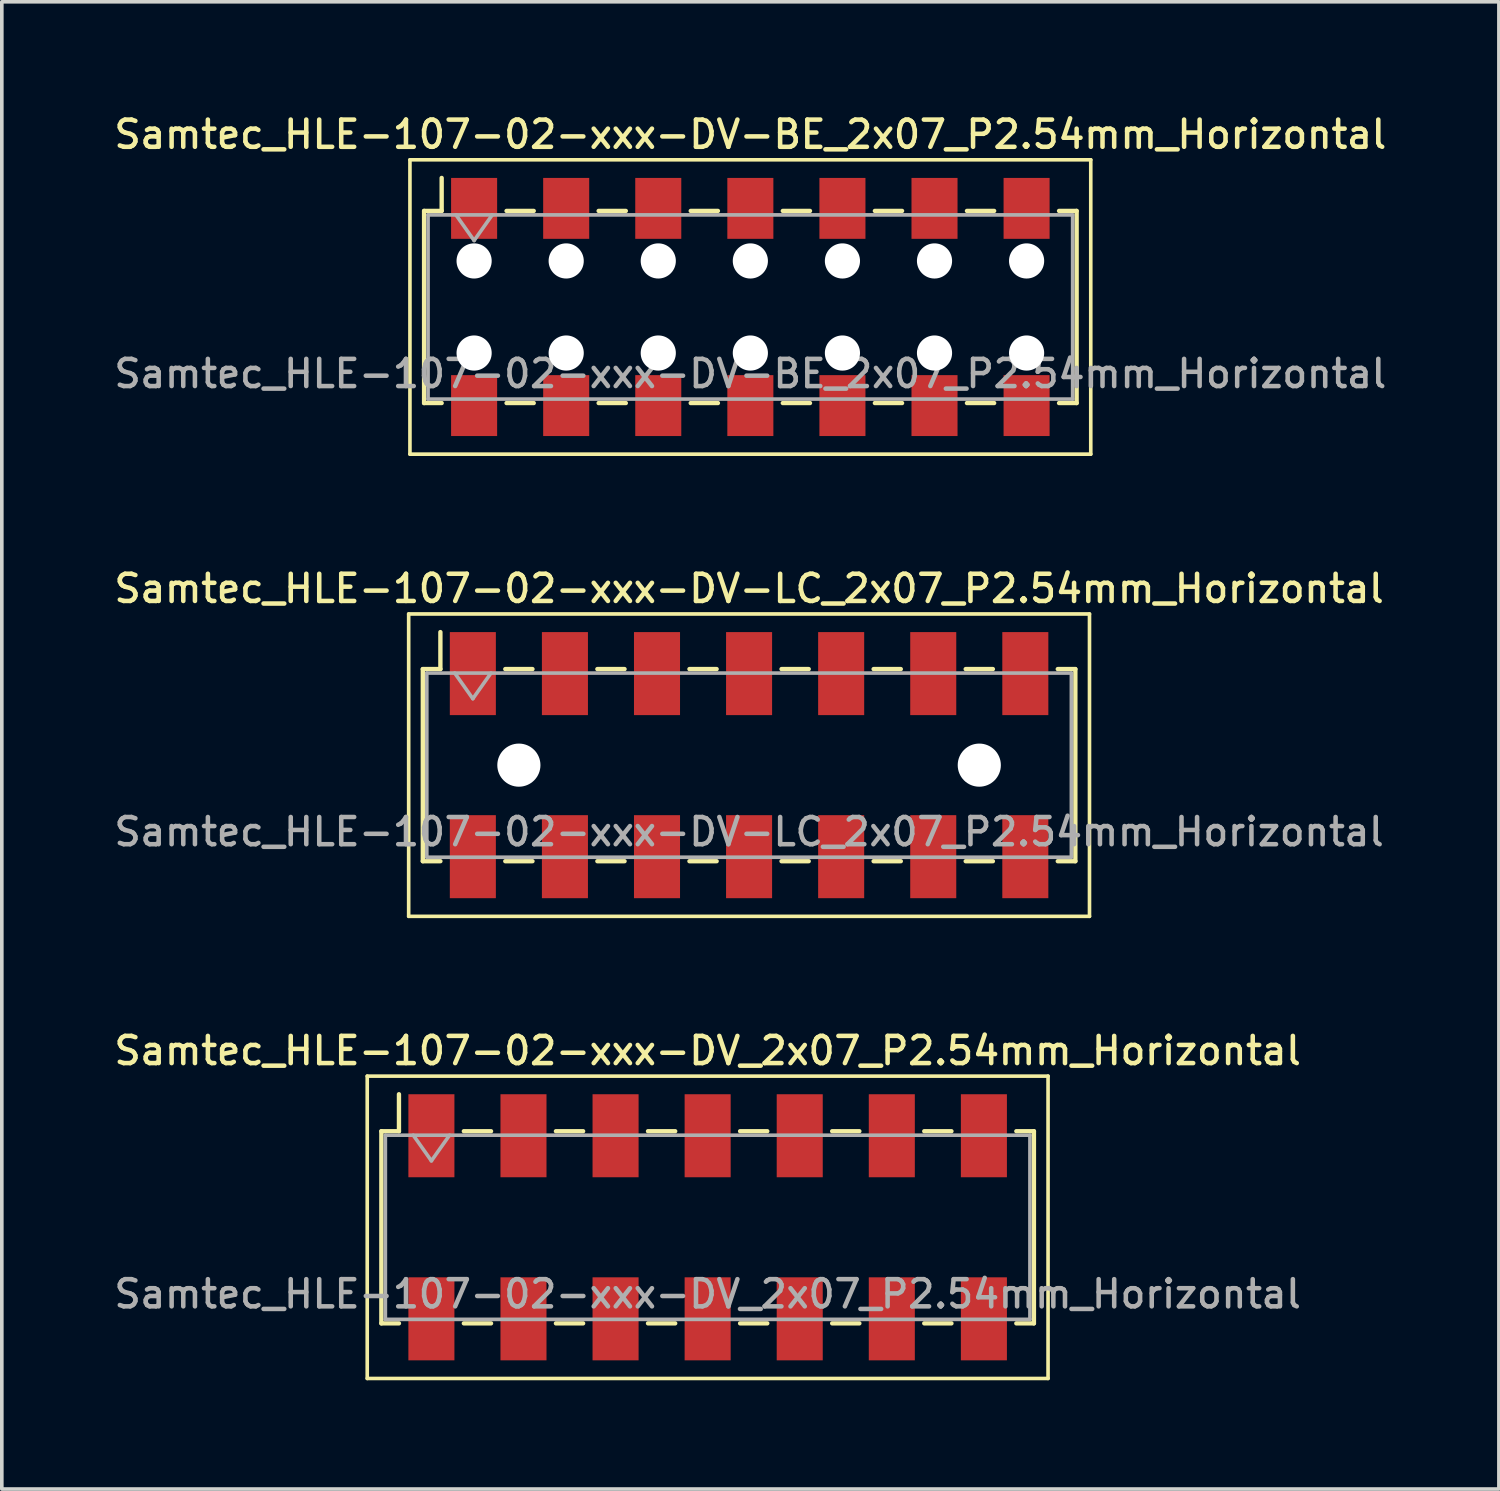
<source format=kicad_pcb>
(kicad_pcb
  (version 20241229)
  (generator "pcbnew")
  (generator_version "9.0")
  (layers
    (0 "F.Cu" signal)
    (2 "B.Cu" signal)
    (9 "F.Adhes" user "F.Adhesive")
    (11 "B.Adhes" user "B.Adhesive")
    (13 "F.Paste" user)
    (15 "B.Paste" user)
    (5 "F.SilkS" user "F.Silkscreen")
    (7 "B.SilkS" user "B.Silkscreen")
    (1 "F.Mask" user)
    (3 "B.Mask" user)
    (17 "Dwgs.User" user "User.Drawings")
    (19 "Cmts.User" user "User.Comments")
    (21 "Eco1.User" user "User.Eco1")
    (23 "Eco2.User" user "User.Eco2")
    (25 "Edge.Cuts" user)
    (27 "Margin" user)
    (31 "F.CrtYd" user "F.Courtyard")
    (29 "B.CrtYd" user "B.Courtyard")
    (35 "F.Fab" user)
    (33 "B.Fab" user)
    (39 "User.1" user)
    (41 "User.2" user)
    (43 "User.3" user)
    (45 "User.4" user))
  (footprint "Samtec_HLE-107-02-xxx-DV_2x07_P2.54mm_Horizontal"
    (layer "F.Cu")
    (at 16.47 30.804)
    (property "Reference" "Samtec_HLE-107-02-xxx-DV_2x07_P2.54mm_Horizontal" (at 0 -4.87 0) (layer "F.SilkS") (effects (font (size 0.75 0.75) (thickness 0.125))))
    (attr smd)
    (fp_line (start -9.39 -4.17) (end 9.39 -4.17) (stroke (width 0.1) (type solid)) (layer "F.SilkS"))
    (fp_line (start -9.39 4.17) (end -9.39 -4.17) (stroke (width 0.1) (type solid)) (layer "F.SilkS"))
    (fp_line (start -9 -2.65) (end -9 2.65) (stroke (width 0.12) (type solid)) (layer "F.SilkS"))
    (fp_line (start -9 2.65) (end -8.515 2.65) (stroke (width 0.12) (type solid)) (layer "F.SilkS"))
    (fp_line (start -8.515 -3.67) (end -8.515 -2.65) (stroke (width 0.12) (type solid)) (layer "F.SilkS"))
    (fp_line (start -8.515 -2.65) (end -9 -2.65) (stroke (width 0.12) (type solid)) (layer "F.SilkS"))
    (fp_line (start -6.725 -2.65) (end -5.975 -2.65) (stroke (width 0.12) (type solid)) (layer "F.SilkS"))
    (fp_line (start -6.725 2.65) (end -5.975 2.65) (stroke (width 0.12) (type solid)) (layer "F.SilkS"))
    (fp_line (start -4.185 -2.65) (end -3.435 -2.65) (stroke (width 0.12) (type solid)) (layer "F.SilkS"))
    (fp_line (start -4.185 2.65) (end -3.435 2.65) (stroke (width 0.12) (type solid)) (layer "F.SilkS"))
    (fp_line (start -1.645 -2.65) (end -0.895 -2.65) (stroke (width 0.12) (type solid)) (layer "F.SilkS"))
    (fp_line (start -1.645 2.65) (end -0.895 2.65) (stroke (width 0.12) (type solid)) (layer "F.SilkS"))
    (fp_line (start 0.895 -2.65) (end 1.645 -2.65) (stroke (width 0.12) (type solid)) (layer "F.SilkS"))
    (fp_line (start 0.895 2.65) (end 1.645 2.65) (stroke (width 0.12) (type solid)) (layer "F.SilkS"))
    (fp_line (start 3.435 -2.65) (end 4.185 -2.65) (stroke (width 0.12) (type solid)) (layer "F.SilkS"))
    (fp_line (start 3.435 2.65) (end 4.185 2.65) (stroke (width 0.12) (type solid)) (layer "F.SilkS"))
    (fp_line (start 5.975 -2.65) (end 6.725 -2.65) (stroke (width 0.12) (type solid)) (layer "F.SilkS"))
    (fp_line (start 5.975 2.65) (end 6.725 2.65) (stroke (width 0.12) (type solid)) (layer "F.SilkS"))
    (fp_line (start 8.515 -2.65) (end 9 -2.65) (stroke (width 0.12) (type solid)) (layer "F.SilkS"))
    (fp_line (start 9 -2.65) (end 9 2.65) (stroke (width 0.12) (type solid)) (layer "F.SilkS"))
    (fp_line (start 9 2.65) (end 8.515 2.65) (stroke (width 0.12) (type solid)) (layer "F.SilkS"))
    (fp_line (start 9.39 -4.17) (end 9.39 4.17) (stroke (width 0.1) (type solid)) (layer "F.SilkS"))
    (fp_line (start 9.39 4.17) (end -9.39 4.17) (stroke (width 0.1) (type solid)) (layer "F.SilkS"))
    (fp_line (start -8.89 -2.54) (end 8.89 -2.54) (stroke (width 0.1) (type solid)) (layer "F.Fab"))
    (fp_line (start -8.89 2.54) (end -8.89 -2.54) (stroke (width 0.1) (type solid)) (layer "F.Fab"))
    (fp_line (start -8.12 -2.54) (end -7.62 -1.833) (stroke (width 0.1) (type solid)) (layer "F.Fab"))
    (fp_line (start -7.62 -1.833) (end -7.12 -2.54) (stroke (width 0.1) (type solid)) (layer "F.Fab"))
    (fp_line (start 8.89 -2.54) (end 8.89 2.54) (stroke (width 0.1) (type solid)) (layer "F.Fab"))
    (fp_line (start 8.89 2.54) (end -8.89 2.54) (stroke (width 0.1) (type solid)) (layer "F.Fab"))
    (fp_text user "${REFERENCE}" (at 0 1.84 0) (layer "F.Fab") (effects (font (size 0.75 0.75) (thickness 0.125))))
    (pad "1" smd rect (at -7.62 -2.525) (size 1.27 2.29) (layers "F.Cu" "F.Mask" "F.Paste"))
    (pad "2" smd rect (at -7.62 2.525) (size 1.27 2.29) (layers "F.Cu" "F.Mask" "F.Paste"))
    (pad "3" smd rect (at -5.08 -2.525) (size 1.27 2.29) (layers "F.Cu" "F.Mask" "F.Paste"))
    (pad "4" smd rect (at -5.08 2.525) (size 1.27 2.29) (layers "F.Cu" "F.Mask" "F.Paste"))
    (pad "5" smd rect (at -2.54 -2.525) (size 1.27 2.29) (layers "F.Cu" "F.Mask" "F.Paste"))
    (pad "6" smd rect (at -2.54 2.525) (size 1.27 2.29) (layers "F.Cu" "F.Mask" "F.Paste"))
    (pad "7" smd rect (at 0 -2.525) (size 1.27 2.29) (layers "F.Cu" "F.Mask" "F.Paste"))
    (pad "8" smd rect (at 0 2.525) (size 1.27 2.29) (layers "F.Cu" "F.Mask" "F.Paste"))
    (pad "9" smd rect (at 2.54 -2.525) (size 1.27 2.29) (layers "F.Cu" "F.Mask" "F.Paste"))
    (pad "10" smd rect (at 2.54 2.525) (size 1.27 2.29) (layers "F.Cu" "F.Mask" "F.Paste"))
    (pad "11" smd rect (at 5.08 -2.525) (size 1.27 2.29) (layers "F.Cu" "F.Mask" "F.Paste"))
    (pad "12" smd rect (at 5.08 2.525) (size 1.27 2.29) (layers "F.Cu" "F.Mask" "F.Paste"))
    (pad "13" smd rect (at 7.62 -2.525) (size 1.27 2.29) (layers "F.Cu" "F.Mask" "F.Paste"))
    (pad "14" smd rect (at 7.62 2.525) (size 1.27 2.29) (layers "F.Cu" "F.Mask" "F.Paste")))
  (footprint "Samtec_HLE-107-02-xxx-DV-BE_2x07_P2.54mm_Horizontal"
    (layer "F.Cu")
    (at 17.648 5.418)
    (property "Reference" "Samtec_HLE-107-02-xxx-DV-BE_2x07_P2.54mm_Horizontal" (at 0 -4.76 0) (layer "F.SilkS") (effects (font (size 0.75 0.75) (thickness 0.125))))
    (attr smd)
    (fp_line (start -9.39 -4.06) (end 9.39 -4.06) (stroke (width 0.1) (type solid)) (layer "F.SilkS"))
    (fp_line (start -9.39 4.06) (end -9.39 -4.06) (stroke (width 0.1) (type solid)) (layer "F.SilkS"))
    (fp_line (start -9 -2.65) (end -9 2.65) (stroke (width 0.12) (type solid)) (layer "F.SilkS"))
    (fp_line (start -9 2.65) (end -8.515 2.65) (stroke (width 0.12) (type solid)) (layer "F.SilkS"))
    (fp_line (start -8.515 -3.56) (end -8.515 -2.65) (stroke (width 0.12) (type solid)) (layer "F.SilkS"))
    (fp_line (start -8.515 -2.65) (end -9 -2.65) (stroke (width 0.12) (type solid)) (layer "F.SilkS"))
    (fp_line (start -6.725 -2.65) (end -5.975 -2.65) (stroke (width 0.12) (type solid)) (layer "F.SilkS"))
    (fp_line (start -6.725 2.65) (end -5.975 2.65) (stroke (width 0.12) (type solid)) (layer "F.SilkS"))
    (fp_line (start -4.185 -2.65) (end -3.435 -2.65) (stroke (width 0.12) (type solid)) (layer "F.SilkS"))
    (fp_line (start -4.185 2.65) (end -3.435 2.65) (stroke (width 0.12) (type solid)) (layer "F.SilkS"))
    (fp_line (start -1.645 -2.65) (end -0.895 -2.65) (stroke (width 0.12) (type solid)) (layer "F.SilkS"))
    (fp_line (start -1.645 2.65) (end -0.895 2.65) (stroke (width 0.12) (type solid)) (layer "F.SilkS"))
    (fp_line (start 0.895 -2.65) (end 1.645 -2.65) (stroke (width 0.12) (type solid)) (layer "F.SilkS"))
    (fp_line (start 0.895 2.65) (end 1.645 2.65) (stroke (width 0.12) (type solid)) (layer "F.SilkS"))
    (fp_line (start 3.435 -2.65) (end 4.185 -2.65) (stroke (width 0.12) (type solid)) (layer "F.SilkS"))
    (fp_line (start 3.435 2.65) (end 4.185 2.65) (stroke (width 0.12) (type solid)) (layer "F.SilkS"))
    (fp_line (start 5.975 -2.65) (end 6.725 -2.65) (stroke (width 0.12) (type solid)) (layer "F.SilkS"))
    (fp_line (start 5.975 2.65) (end 6.725 2.65) (stroke (width 0.12) (type solid)) (layer "F.SilkS"))
    (fp_line (start 8.515 -2.65) (end 9 -2.65) (stroke (width 0.12) (type solid)) (layer "F.SilkS"))
    (fp_line (start 9 -2.65) (end 9 2.65) (stroke (width 0.12) (type solid)) (layer "F.SilkS"))
    (fp_line (start 9 2.65) (end 8.515 2.65) (stroke (width 0.12) (type solid)) (layer "F.SilkS"))
    (fp_line (start 9.39 -4.06) (end 9.39 4.06) (stroke (width 0.1) (type solid)) (layer "F.SilkS"))
    (fp_line (start 9.39 4.06) (end -9.39 4.06) (stroke (width 0.1) (type solid)) (layer "F.SilkS"))
    (fp_line (start -8.89 -2.54) (end 8.89 -2.54) (stroke (width 0.1) (type solid)) (layer "F.Fab"))
    (fp_line (start -8.89 2.54) (end -8.89 -2.54) (stroke (width 0.1) (type solid)) (layer "F.Fab"))
    (fp_line (start -8.12 -2.54) (end -7.62 -1.833) (stroke (width 0.1) (type solid)) (layer "F.Fab"))
    (fp_line (start -7.62 -1.833) (end -7.12 -2.54) (stroke (width 0.1) (type solid)) (layer "F.Fab"))
    (fp_line (start 8.89 -2.54) (end 8.89 2.54) (stroke (width 0.1) (type solid)) (layer "F.Fab"))
    (fp_line (start 8.89 2.54) (end -8.89 2.54) (stroke (width 0.1) (type solid)) (layer "F.Fab"))
    (fp_text user "${REFERENCE}" (at 0 1.84 0) (layer "F.Fab") (effects (font (size 0.75 0.75) (thickness 0.125))))
    (pad "" np_thru_hole circle (at -7.62 -1.27) (size 0.97 0.97) (drill 0.97) (layers "*.Cu" "*.Mask"))
    (pad "" np_thru_hole circle (at -7.62 1.27) (size 0.97 0.97) (drill 0.97) (layers "*.Cu" "*.Mask"))
    (pad "" np_thru_hole circle (at -5.08 -1.27) (size 0.97 0.97) (drill 0.97) (layers "*.Cu" "*.Mask"))
    (pad "" np_thru_hole circle (at -5.08 1.27) (size 0.97 0.97) (drill 0.97) (layers "*.Cu" "*.Mask"))
    (pad "" np_thru_hole circle (at -2.54 -1.27) (size 0.97 0.97) (drill 0.97) (layers "*.Cu" "*.Mask"))
    (pad "" np_thru_hole circle (at -2.54 1.27) (size 0.97 0.97) (drill 0.97) (layers "*.Cu" "*.Mask"))
    (pad "" np_thru_hole circle (at 0 -1.27) (size 0.97 0.97) (drill 0.97) (layers "*.Cu" "*.Mask"))
    (pad "" np_thru_hole circle (at 0 1.27) (size 0.97 0.97) (drill 0.97) (layers "*.Cu" "*.Mask"))
    (pad "" np_thru_hole circle (at 2.54 -1.27) (size 0.97 0.97) (drill 0.97) (layers "*.Cu" "*.Mask"))
    (pad "" np_thru_hole circle (at 2.54 1.27) (size 0.97 0.97) (drill 0.97) (layers "*.Cu" "*.Mask"))
    (pad "" np_thru_hole circle (at 5.08 -1.27) (size 0.97 0.97) (drill 0.97) (layers "*.Cu" "*.Mask"))
    (pad "" np_thru_hole circle (at 5.08 1.27) (size 0.97 0.97) (drill 0.97) (layers "*.Cu" "*.Mask"))
    (pad "" np_thru_hole circle (at 7.62 -1.27) (size 0.97 0.97) (drill 0.97) (layers "*.Cu" "*.Mask"))
    (pad "" np_thru_hole circle (at 7.62 1.27) (size 0.97 0.97) (drill 0.97) (layers "*.Cu" "*.Mask"))
    (pad "1" smd rect (at -7.62 -2.72) (size 1.27 1.68) (layers "F.Cu" "F.Mask" "F.Paste"))
    (pad "2" smd rect (at -7.62 2.72) (size 1.27 1.68) (layers "F.Cu" "F.Mask" "F.Paste"))
    (pad "3" smd rect (at -5.08 -2.72) (size 1.27 1.68) (layers "F.Cu" "F.Mask" "F.Paste"))
    (pad "4" smd rect (at -5.08 2.72) (size 1.27 1.68) (layers "F.Cu" "F.Mask" "F.Paste"))
    (pad "5" smd rect (at -2.54 -2.72) (size 1.27 1.68) (layers "F.Cu" "F.Mask" "F.Paste"))
    (pad "6" smd rect (at -2.54 2.72) (size 1.27 1.68) (layers "F.Cu" "F.Mask" "F.Paste"))
    (pad "7" smd rect (at 0 -2.72) (size 1.27 1.68) (layers "F.Cu" "F.Mask" "F.Paste"))
    (pad "8" smd rect (at 0 2.72) (size 1.27 1.68) (layers "F.Cu" "F.Mask" "F.Paste"))
    (pad "9" smd rect (at 2.54 -2.72) (size 1.27 1.68) (layers "F.Cu" "F.Mask" "F.Paste"))
    (pad "10" smd rect (at 2.54 2.72) (size 1.27 1.68) (layers "F.Cu" "F.Mask" "F.Paste"))
    (pad "11" smd rect (at 5.08 -2.72) (size 1.27 1.68) (layers "F.Cu" "F.Mask" "F.Paste"))
    (pad "12" smd rect (at 5.08 2.72) (size 1.27 1.68) (layers "F.Cu" "F.Mask" "F.Paste"))
    (pad "13" smd rect (at 7.62 -2.72) (size 1.27 1.68) (layers "F.Cu" "F.Mask" "F.Paste"))
    (pad "14" smd rect (at 7.62 2.72) (size 1.27 1.68) (layers "F.Cu" "F.Mask" "F.Paste")))
  (footprint "Samtec_HLE-107-02-xxx-DV-LC_2x07_P2.54mm_Horizontal"
    (layer "F.Cu")
    (at 17.613 18.056)
    (property "Reference" "Samtec_HLE-107-02-xxx-DV-LC_2x07_P2.54mm_Horizontal" (at 0 -4.87 0) (layer "F.SilkS") (effects (font (size 0.75 0.75) (thickness 0.125))))
    (attr smd)
    (fp_line (start -9.39 -4.17) (end 9.39 -4.17) (stroke (width 0.1) (type solid)) (layer "F.SilkS"))
    (fp_line (start -9.39 4.17) (end -9.39 -4.17) (stroke (width 0.1) (type solid)) (layer "F.SilkS"))
    (fp_line (start -9 -2.65) (end -9 2.65) (stroke (width 0.12) (type solid)) (layer "F.SilkS"))
    (fp_line (start -9 2.65) (end -8.515 2.65) (stroke (width 0.12) (type solid)) (layer "F.SilkS"))
    (fp_line (start -8.515 -3.67) (end -8.515 -2.65) (stroke (width 0.12) (type solid)) (layer "F.SilkS"))
    (fp_line (start -8.515 -2.65) (end -9 -2.65) (stroke (width 0.12) (type solid)) (layer "F.SilkS"))
    (fp_line (start -6.725 -2.65) (end -5.975 -2.65) (stroke (width 0.12) (type solid)) (layer "F.SilkS"))
    (fp_line (start -6.725 2.65) (end -5.975 2.65) (stroke (width 0.12) (type solid)) (layer "F.SilkS"))
    (fp_line (start -4.185 -2.65) (end -3.435 -2.65) (stroke (width 0.12) (type solid)) (layer "F.SilkS"))
    (fp_line (start -4.185 2.65) (end -3.435 2.65) (stroke (width 0.12) (type solid)) (layer "F.SilkS"))
    (fp_line (start -1.645 -2.65) (end -0.895 -2.65) (stroke (width 0.12) (type solid)) (layer "F.SilkS"))
    (fp_line (start -1.645 2.65) (end -0.895 2.65) (stroke (width 0.12) (type solid)) (layer "F.SilkS"))
    (fp_line (start 0.895 -2.65) (end 1.645 -2.65) (stroke (width 0.12) (type solid)) (layer "F.SilkS"))
    (fp_line (start 0.895 2.65) (end 1.645 2.65) (stroke (width 0.12) (type solid)) (layer "F.SilkS"))
    (fp_line (start 3.435 -2.65) (end 4.185 -2.65) (stroke (width 0.12) (type solid)) (layer "F.SilkS"))
    (fp_line (start 3.435 2.65) (end 4.185 2.65) (stroke (width 0.12) (type solid)) (layer "F.SilkS"))
    (fp_line (start 5.975 -2.65) (end 6.725 -2.65) (stroke (width 0.12) (type solid)) (layer "F.SilkS"))
    (fp_line (start 5.975 2.65) (end 6.725 2.65) (stroke (width 0.12) (type solid)) (layer "F.SilkS"))
    (fp_line (start 8.515 -2.65) (end 9 -2.65) (stroke (width 0.12) (type solid)) (layer "F.SilkS"))
    (fp_line (start 9 -2.65) (end 9 2.65) (stroke (width 0.12) (type solid)) (layer "F.SilkS"))
    (fp_line (start 9 2.65) (end 8.515 2.65) (stroke (width 0.12) (type solid)) (layer "F.SilkS"))
    (fp_line (start 9.39 -4.17) (end 9.39 4.17) (stroke (width 0.1) (type solid)) (layer "F.SilkS"))
    (fp_line (start 9.39 4.17) (end -9.39 4.17) (stroke (width 0.1) (type solid)) (layer "F.SilkS"))
    (fp_line (start -8.89 -2.54) (end 8.89 -2.54) (stroke (width 0.1) (type solid)) (layer "F.Fab"))
    (fp_line (start -8.89 2.54) (end -8.89 -2.54) (stroke (width 0.1) (type solid)) (layer "F.Fab"))
    (fp_line (start -8.12 -2.54) (end -7.62 -1.833) (stroke (width 0.1) (type solid)) (layer "F.Fab"))
    (fp_line (start -7.62 -1.833) (end -7.12 -2.54) (stroke (width 0.1) (type solid)) (layer "F.Fab"))
    (fp_line (start 8.89 -2.54) (end 8.89 2.54) (stroke (width 0.1) (type solid)) (layer "F.Fab"))
    (fp_line (start 8.89 2.54) (end -8.89 2.54) (stroke (width 0.1) (type solid)) (layer "F.Fab"))
    (fp_text user "${REFERENCE}" (at 0 1.84 0) (layer "F.Fab") (effects (font (size 0.75 0.75) (thickness 0.125))))
    (pad "" np_thru_hole circle (at -6.35 0) (size 1.19 1.19) (drill 1.19) (layers "*.Cu" "*.Mask"))
    (pad "" np_thru_hole circle (at 6.35 0) (size 1.19 1.19) (drill 1.19) (layers "*.Cu" "*.Mask"))
    (pad "1" smd rect (at -7.62 -2.525) (size 1.27 2.29) (layers "F.Cu" "F.Mask" "F.Paste"))
    (pad "2" smd rect (at -7.62 2.525) (size 1.27 2.29) (layers "F.Cu" "F.Mask" "F.Paste"))
    (pad "3" smd rect (at -5.08 -2.525) (size 1.27 2.29) (layers "F.Cu" "F.Mask" "F.Paste"))
    (pad "4" smd rect (at -5.08 2.525) (size 1.27 2.29) (layers "F.Cu" "F.Mask" "F.Paste"))
    (pad "5" smd rect (at -2.54 -2.525) (size 1.27 2.29) (layers "F.Cu" "F.Mask" "F.Paste"))
    (pad "6" smd rect (at -2.54 2.525) (size 1.27 2.29) (layers "F.Cu" "F.Mask" "F.Paste"))
    (pad "7" smd rect (at 0 -2.525) (size 1.27 2.29) (layers "F.Cu" "F.Mask" "F.Paste"))
    (pad "8" smd rect (at 0 2.525) (size 1.27 2.29) (layers "F.Cu" "F.Mask" "F.Paste"))
    (pad "9" smd rect (at 2.54 -2.525) (size 1.27 2.29) (layers "F.Cu" "F.Mask" "F.Paste"))
    (pad "10" smd rect (at 2.54 2.525) (size 1.27 2.29) (layers "F.Cu" "F.Mask" "F.Paste"))
    (pad "11" smd rect (at 5.08 -2.525) (size 1.27 2.29) (layers "F.Cu" "F.Mask" "F.Paste"))
    (pad "12" smd rect (at 5.08 2.525) (size 1.27 2.29) (layers "F.Cu" "F.Mask" "F.Paste"))
    (pad "13" smd rect (at 7.62 -2.525) (size 1.27 2.29) (layers "F.Cu" "F.Mask" "F.Paste"))
    (pad "14" smd rect (at 7.62 2.525) (size 1.27 2.29) (layers "F.Cu" "F.Mask" "F.Paste")))
  (gr_rect
    (start -3 -3)
    (end 38.296 38.024)
    (stroke (width 0.1) (type default))
    (fill no)
    (layer "Edge.Cuts")))
</source>
